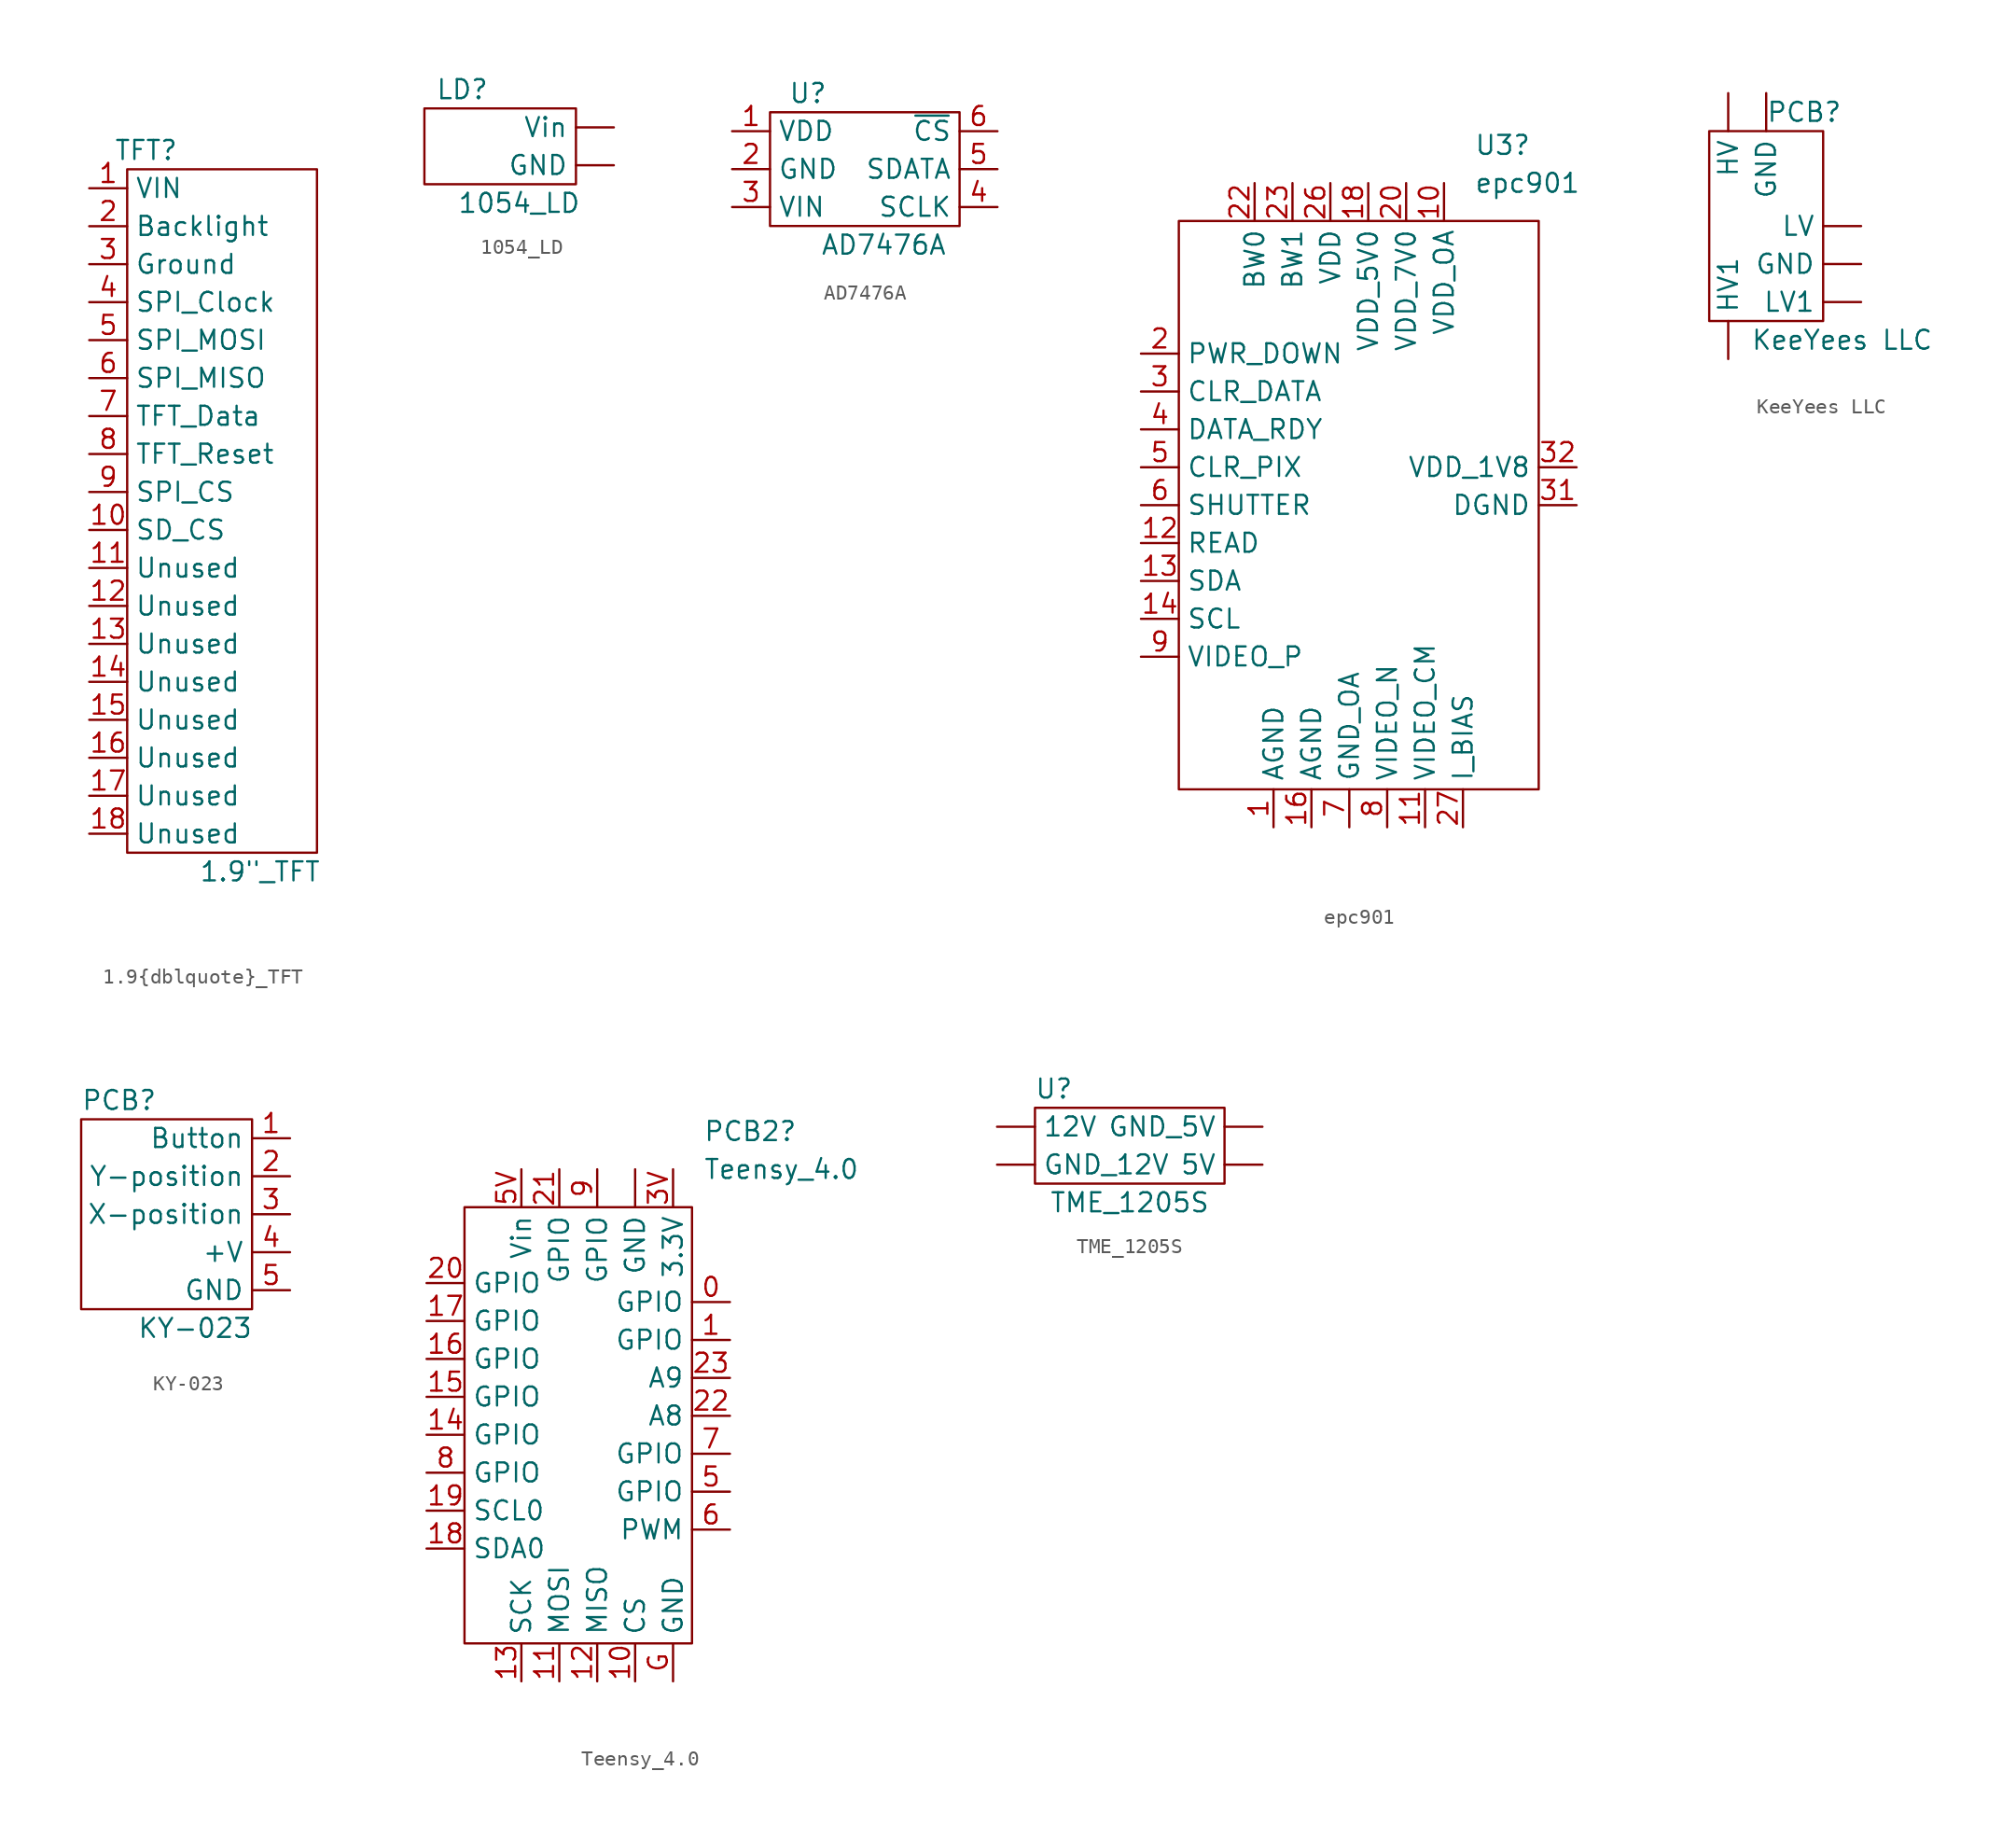
<source format=kicad_sym>
(kicad_symbol_lib
  (version 20211014)
  (generator kicad_symbol_editor)
  (symbol "1.9{dblquote}_TFT"
    (property "Reference" "TFT"
      (at -5.08 22.86 0)
      (effects (font (size 1.27 1.27))))
    (property "Value" "1.9{dblquote}_TFT"
      (at 2.54 -25.4 0)
      (effects (font (size 1.27 1.27))))
    (symbol "1.9{dblquote}_TFT_0_1"
      (rectangle (start -6.35 21.59) (end 6.35 -24.13) (stroke (width 0) (type default) (color 0 0 0 0)) (fill (type none))))
    (symbol "1.9{dblquote}_TFT_1_1"
      (pin input line (at -8.89 20.32 0) (length 2.54) (name "VIN" (effects (font (size 1.27 1.27)))) (number "1" (effects (font (size 1.27 1.27)))))
      (pin input line (at -8.89 -2.54 0) (length 2.54) (name "SD_CS" (effects (font (size 1.27 1.27)))) (number "10" (effects (font (size 1.27 1.27)))))
      (pin input line (at -8.89 -5.08 0) (length 2.54) (name "Unused" (effects (font (size 1.27 1.27)))) (number "11" (effects (font (size 1.27 1.27)))))
      (pin input line (at -8.89 -7.62 0) (length 2.54) (name "Unused" (effects (font (size 1.27 1.27)))) (number "12" (effects (font (size 1.27 1.27)))))
      (pin input line (at -8.89 -10.16 0) (length 2.54) (name "Unused" (effects (font (size 1.27 1.27)))) (number "13" (effects (font (size 1.27 1.27)))))
      (pin input line (at -8.89 -12.7 0) (length 2.54) (name "Unused" (effects (font (size 1.27 1.27)))) (number "14" (effects (font (size 1.27 1.27)))))
      (pin input line (at -8.89 -15.24 0) (length 2.54) (name "Unused" (effects (font (size 1.27 1.27)))) (number "15" (effects (font (size 1.27 1.27)))))
      (pin input line (at -8.89 -17.78 0) (length 2.54) (name "Unused" (effects (font (size 1.27 1.27)))) (number "16" (effects (font (size 1.27 1.27)))))
      (pin input line (at -8.89 -20.32 0) (length 2.54) (name "Unused" (effects (font (size 1.27 1.27)))) (number "17" (effects (font (size 1.27 1.27)))))
      (pin input line (at -8.89 -22.86 0) (length 2.54) (name "Unused" (effects (font (size 1.27 1.27)))) (number "18" (effects (font (size 1.27 1.27)))))
      (pin input line (at -8.89 17.78 0) (length 2.54) (name "Backlight" (effects (font (size 1.27 1.27)))) (number "2" (effects (font (size 1.27 1.27)))))
      (pin input line (at -8.89 15.24 0) (length 2.54) (name "Ground" (effects (font (size 1.27 1.27)))) (number "3" (effects (font (size 1.27 1.27)))))
      (pin input line (at -8.89 12.7 0) (length 2.54) (name "SPI_Clock" (effects (font (size 1.27 1.27)))) (number "4" (effects (font (size 1.27 1.27)))))
      (pin input line (at -8.89 10.16 0) (length 2.54) (name "SPI_MOSI" (effects (font (size 1.27 1.27)))) (number "5" (effects (font (size 1.27 1.27)))))
      (pin input line (at -8.89 7.62 0) (length 2.54) (name "SPI_MISO" (effects (font (size 1.27 1.27)))) (number "6" (effects (font (size 1.27 1.27)))))
      (pin input line (at -8.89 5.08 0) (length 2.54) (name "TFT_Data" (effects (font (size 1.27 1.27)))) (number "7" (effects (font (size 1.27 1.27)))))
      (pin input line (at -8.89 2.54 0) (length 2.54) (name "TFT_Reset" (effects (font (size 1.27 1.27)))) (number "8" (effects (font (size 1.27 1.27)))))
      (pin input line (at -8.89 0 0) (length 2.54) (name "SPI_CS" (effects (font (size 1.27 1.27)))) (number "9" (effects (font (size 1.27 1.27)))))))
  (symbol "1054_LD"
    (property "Reference" "LD"
      (at -2.54 3.81 0)
      (effects (font (size 1.27 1.27))))
    (property "Value" "1054_LD"
      (at 1.27 -3.81 0)
      (effects (font (size 1.27 1.27))))
    (symbol "1054_LD_0_1"
      (rectangle (start -5.08 2.54) (end 5.08 -2.54) (stroke (width 0) (type default) (color 0 0 0 0)) (fill (type none))))
    (symbol "1054_LD_1_1"
      (pin input line (at 7.62 -1.27 180) (length 2.54) (name "GND" (effects (font (size 1.27 1.27)))) (number "" (effects (font (size 1.27 1.27)))))
      (pin input line (at 7.62 1.27 180) (length 2.54) (name "Vin" (effects (font (size 1.27 1.27)))) (number "" (effects (font (size 1.27 1.27)))))))
  (symbol "AD7476A"
    (property "Reference" "U"
      (at -3.81 5.08 0)
      (effects (font (size 1.27 1.27))))
    (property "Value" "AD7476A"
      (at 1.27 -5.08 0)
      (effects (font (size 1.27 1.27))))
    (symbol "AD7476A_0_1"
      (rectangle (start -6.35 3.81) (end 6.35 -3.81) (stroke (width 0) (type default) (color 0 0 0 0)) (fill (type none))))
    (symbol "AD7476A_1_1"
      (pin input line (at -8.89 2.54 0) (length 2.54) (name "VDD" (effects (font (size 1.27 1.27)))) (number "1" (effects (font (size 1.27 1.27)))))
      (pin input line (at -8.89 0 0) (length 2.54) (name "GND" (effects (font (size 1.27 1.27)))) (number "2" (effects (font (size 1.27 1.27)))))
      (pin input line (at -8.89 -2.54 0) (length 2.54) (name "VIN" (effects (font (size 1.27 1.27)))) (number "3" (effects (font (size 1.27 1.27)))))
      (pin input line (at 8.89 -2.54 180) (length 2.54) (name "SCLK" (effects (font (size 1.27 1.27)))) (number "4" (effects (font (size 1.27 1.27)))))
      (pin input line (at 8.89 0 180) (length 2.54) (name "SDATA" (effects (font (size 1.27 1.27)))) (number "5" (effects (font (size 1.27 1.27)))))
      (pin input line (at 8.89 2.54 180) (length 2.54) (name "~{CS}" (effects (font (size 1.27 1.27)))) (number "6" (effects (font (size 1.27 1.27)))))))
  (symbol "epc901"
    (property "Reference" "U3"
      (at 7.099 22.86 0)
      (effects (font (size 1.27 1.27)) (justify left)))
    (property "Value" "epc901"
      (at 7.099 20.32 0)
      (effects (font (size 1.27 1.27)) (justify left)))
    (symbol "epc901_0_1"
      (rectangle (start -12.7 17.78) (end 11.43 -20.32) (stroke (width 0) (type default) (color 0 0 0 0)) (fill (type none))))
    (symbol "epc901_1_1"
      (pin input line (at -6.35 -22.86 90) (length 2.54) (name "AGND" (effects (font (size 1.27 1.27)))) (number "1" (effects (font (size 1.27 1.27)))))
      (pin input line (at 5.08 20.32 270) (length 2.54) (name "VDD_OA" (effects (font (size 1.27 1.27)))) (number "10" (effects (font (size 1.27 1.27)))))
      (pin input line (at 3.81 -22.86 90) (length 2.54) (name "VIDEO_CM" (effects (font (size 1.27 1.27)))) (number "11" (effects (font (size 1.27 1.27)))))
      (pin input line (at -15.24 -3.81 0) (length 2.54) (name "READ" (effects (font (size 1.27 1.27)))) (number "12" (effects (font (size 1.27 1.27)))))
      (pin input line (at -15.24 -6.35 0) (length 2.54) (name "SDA" (effects (font (size 1.27 1.27)))) (number "13" (effects (font (size 1.27 1.27)))))
      (pin input line (at -15.24 -8.89 0) (length 2.54) (name "SCL" (effects (font (size 1.27 1.27)))) (number "14" (effects (font (size 1.27 1.27)))))
      (pin input line (at -3.81 -22.86 90) (length 2.54) (name "AGND" (effects (font (size 1.27 1.27)))) (number "16" (effects (font (size 1.27 1.27)))))
      (pin input line (at 0 20.32 270) (length 2.54) (name "VDD_5V0" (effects (font (size 1.27 1.27)))) (number "18" (effects (font (size 1.27 1.27)))))
      (pin input line (at -15.24 8.89 0) (length 2.54) (name "PWR_DOWN" (effects (font (size 1.27 1.27)))) (number "2" (effects (font (size 1.27 1.27)))))
      (pin input line (at 2.54 20.32 270) (length 2.54) (name "VDD_7V0" (effects (font (size 1.27 1.27)))) (number "20" (effects (font (size 1.27 1.27)))))
      (pin input line (at -7.62 20.32 270) (length 2.54) (name "BW0" (effects (font (size 1.27 1.27)))) (number "22" (effects (font (size 1.27 1.27)))))
      (pin input line (at -5.08 20.32 270) (length 2.54) (name "BW1" (effects (font (size 1.27 1.27)))) (number "23" (effects (font (size 1.27 1.27)))))
      (pin input line (at -2.54 20.32 270) (length 2.54) (name "VDD" (effects (font (size 1.27 1.27)))) (number "26" (effects (font (size 1.27 1.27)))))
      (pin input line (at 6.35 -22.86 90) (length 2.54) (name "I_BIAS" (effects (font (size 1.27 1.27)))) (number "27" (effects (font (size 1.27 1.27)))))
      (pin input line (at -15.24 6.35 0) (length 2.54) (name "CLR_DATA" (effects (font (size 1.27 1.27)))) (number "3" (effects (font (size 1.27 1.27)))))
      (pin input line (at 13.97 -1.27 180) (length 2.54) (name "DGND" (effects (font (size 1.27 1.27)))) (number "31" (effects (font (size 1.27 1.27)))))
      (pin input line (at 13.97 1.27 180) (length 2.54) (name "VDD_1V8" (effects (font (size 1.27 1.27)))) (number "32" (effects (font (size 1.27 1.27)))))
      (pin input line (at -15.24 3.81 0) (length 2.54) (name "DATA_RDY" (effects (font (size 1.27 1.27)))) (number "4" (effects (font (size 1.27 1.27)))))
      (pin input line (at -15.24 1.27 0) (length 2.54) (name "CLR_PIX" (effects (font (size 1.27 1.27)))) (number "5" (effects (font (size 1.27 1.27)))))
      (pin input line (at -15.24 -1.27 0) (length 2.54) (name "SHUTTER" (effects (font (size 1.27 1.27)))) (number "6" (effects (font (size 1.27 1.27)))))
      (pin input line (at -1.27 -22.86 90) (length 2.54) (name "GND_OA" (effects (font (size 1.27 1.27)))) (number "7" (effects (font (size 1.27 1.27)))))
      (pin input line (at 1.27 -22.86 90) (length 2.54) (name "VIDEO_N" (effects (font (size 1.27 1.27)))) (number "8" (effects (font (size 1.27 1.27)))))
      (pin input line (at -15.24 -11.43 0) (length 2.54) (name "VIDEO_P" (effects (font (size 1.27 1.27)))) (number "9" (effects (font (size 1.27 1.27)))))))
  (symbol "KeeYees LLC"
    (property "Reference" "PCB"
      (at 2.54 7.62 0)
      (effects (font (size 1.27 1.27))))
    (property "Value" "KeeYees LLC"
      (at 5.08 -7.62 0)
      (effects (font (size 1.27 1.27))))
    (symbol "KeeYees LLC_0_1"
      (rectangle (start -3.81 6.35) (end 3.81 -6.35) (stroke (width 0) (type default) (color 0 0 0 0)) (fill (type none))))
    (symbol "KeeYees LLC_1_1"
      (pin input line (at 0 8.89 270) (length 2.54) (name "GND" (effects (font (size 1.27 1.27)))) (number "" (effects (font (size 1.27 1.27)))))
      (pin input line (at 6.35 -2.54 180) (length 2.54) (name "GND" (effects (font (size 1.27 1.27)))) (number "" (effects (font (size 1.27 1.27)))))
      (pin input line (at -2.54 8.89 270) (length 2.54) (name "HV" (effects (font (size 1.27 1.27)))) (number "" (effects (font (size 1.27 1.27)))))
      (pin input line (at -2.54 -8.89 90) (length 2.54) (name "HV1" (effects (font (size 1.27 1.27)))) (number "" (effects (font (size 1.27 1.27)))))
      (pin input line (at 6.35 0 180) (length 2.54) (name "LV" (effects (font (size 1.27 1.27)))) (number "" (effects (font (size 1.27 1.27)))))
      (pin input line (at 6.35 -5.08 180) (length 2.54) (name "LV1" (effects (font (size 1.27 1.27)))) (number "" (effects (font (size 1.27 1.27)))))))
  (symbol "KY-023"
    (property "Reference" "PCB"
      (at -3.81 5.08 0)
      (effects (font (size 1.27 1.27))))
    (property "Value" "KY-023"
      (at 1.27 -10.16 0)
      (effects (font (size 1.27 1.27))))
    (symbol "KY-023_0_1"
      (rectangle (start 5.08 3.81) (end -6.35 -8.89) (stroke (width 0) (type default) (color 0 0 0 0)) (fill (type none))))
    (symbol "KY-023_1_1"
      (pin input line (at 7.62 2.54 180) (length 2.54) (name "Button" (effects (font (size 1.27 1.27)))) (number "1" (effects (font (size 1.27 1.27)))))
      (pin input line (at 7.62 0 180) (length 2.54) (name "Y-position" (effects (font (size 1.27 1.27)))) (number "2" (effects (font (size 1.27 1.27)))))
      (pin input line (at 7.62 -2.54 180) (length 2.54) (name "X-position" (effects (font (size 1.27 1.27)))) (number "3" (effects (font (size 1.27 1.27)))))
      (pin input line (at 7.62 -5.08 180) (length 2.54) (name "+V" (effects (font (size 1.27 1.27)))) (number "4" (effects (font (size 1.27 1.27)))))
      (pin input line (at 7.62 -7.62 180) (length 2.54) (name "GND" (effects (font (size 1.27 1.27)))) (number "5" (effects (font (size 1.27 1.27)))))))
  (symbol "Teensy_4.0"
    (property "Reference" "PCB2"
      (at 7.099 16.51 0)
      (effects (font (size 1.27 1.27)) (justify left)))
    (property "Value" "Teensy_4.0"
      (at 7.099 13.97 0)
      (effects (font (size 1.27 1.27)) (justify left)))
    (symbol "Teensy_4.0_0_1"
      (rectangle (start -8.89 11.43) (end 6.35 -17.78) (stroke (width 0) (type default) (color 0 0 0 0)) (fill (type none))))
    (symbol "Teensy_4.0_1_1"
      (pin input line (at 2.54 13.97 270) (length 2.54) (name "GND" (effects (font (size 1.27 1.27)))) (number "" (effects (font (size 1.27 1.27)))))
      (pin input line (at 8.89 5.08 180) (length 2.54) (name "GPIO" (effects (font (size 1.27 1.27)))) (number "0" (effects (font (size 1.27 1.27)))))
      (pin input line (at 8.89 2.54 180) (length 2.54) (name "GPIO" (effects (font (size 1.27 1.27)))) (number "1" (effects (font (size 1.27 1.27)))))
      (pin input line (at 2.54 -20.32 90) (length 2.54) (name "CS" (effects (font (size 1.27 1.27)))) (number "10" (effects (font (size 1.27 1.27)))))
      (pin input line (at -2.54 -20.32 90) (length 2.54) (name "MOSI" (effects (font (size 1.27 1.27)))) (number "11" (effects (font (size 1.27 1.27)))))
      (pin input line (at 0 -20.32 90) (length 2.54) (name "MISO" (effects (font (size 1.27 1.27)))) (number "12" (effects (font (size 1.27 1.27)))))
      (pin input line (at -5.08 -20.32 90) (length 2.54) (name "SCK" (effects (font (size 1.27 1.27)))) (number "13" (effects (font (size 1.27 1.27)))))
      (pin input line (at -11.43 -3.81 0) (length 2.54) (name "GPIO" (effects (font (size 1.27 1.27)))) (number "14" (effects (font (size 1.27 1.27)))))
      (pin input line (at -11.43 -1.27 0) (length 2.54) (name "GPIO" (effects (font (size 1.27 1.27)))) (number "15" (effects (font (size 1.27 1.27)))))
      (pin input line (at -11.43 1.27 0) (length 2.54) (name "GPIO" (effects (font (size 1.27 1.27)))) (number "16" (effects (font (size 1.27 1.27)))))
      (pin input line (at -11.43 3.81 0) (length 2.54) (name "GPIO" (effects (font (size 1.27 1.27)))) (number "17" (effects (font (size 1.27 1.27)))))
      (pin input line (at -11.43 -11.43 0) (length 2.54) (name "SDA0" (effects (font (size 1.27 1.27)))) (number "18" (effects (font (size 1.27 1.27)))))
      (pin input line (at -11.43 -8.89 0) (length 2.54) (name "SCL0" (effects (font (size 1.27 1.27)))) (number "19" (effects (font (size 1.27 1.27)))))
      (pin input line (at -11.43 6.35 0) (length 2.54) (name "GPIO" (effects (font (size 1.27 1.27)))) (number "20" (effects (font (size 1.27 1.27)))))
      (pin input line (at -2.54 13.97 270) (length 2.54) (name "GPIO" (effects (font (size 1.27 1.27)))) (number "21" (effects (font (size 1.27 1.27)))))
      (pin input line (at 8.89 -2.54 180) (length 2.54) (name "A8" (effects (font (size 1.27 1.27)))) (number "22" (effects (font (size 1.27 1.27)))))
      (pin input line (at 8.89 0 180) (length 2.54) (name "A9" (effects (font (size 1.27 1.27)))) (number "23" (effects (font (size 1.27 1.27)))))
      (pin input line (at 5.08 13.97 270) (length 2.54) (name "3.3V" (effects (font (size 1.27 1.27)))) (number "3V" (effects (font (size 1.27 1.27)))))
      (pin input line (at 8.89 -7.62 180) (length 2.54) (name "GPIO" (effects (font (size 1.27 1.27)))) (number "5" (effects (font (size 1.27 1.27)))))
      (pin input line (at -5.08 13.97 270) (length 2.54) (name "Vin" (effects (font (size 1.27 1.27)))) (number "5V" (effects (font (size 1.27 1.27)))))
      (pin input line (at 8.89 -10.16 180) (length 2.54) (name "PWM" (effects (font (size 1.27 1.27)))) (number "6" (effects (font (size 1.27 1.27)))))
      (pin input line (at 8.89 -5.08 180) (length 2.54) (name "GPIO" (effects (font (size 1.27 1.27)))) (number "7" (effects (font (size 1.27 1.27)))))
      (pin input line (at -11.43 -6.35 0) (length 2.54) (name "GPIO" (effects (font (size 1.27 1.27)))) (number "8" (effects (font (size 1.27 1.27)))))
      (pin input line (at 0 13.97 270) (length 2.54) (name "GPIO" (effects (font (size 1.27 1.27)))) (number "9" (effects (font (size 1.27 1.27)))))
      (pin input line (at 5.08 -20.32 90) (length 2.54) (name "GND" (effects (font (size 1.27 1.27)))) (number "G" (effects (font (size 1.27 1.27)))))))
  (symbol "TME_1205S"
    (property "Reference" "U"
      (at -5.08 3.81 0)
      (effects (font (size 1.27 1.27))))
    (property "Value" "TME_1205S"
      (at 0 -3.81 0)
      (effects (font (size 1.27 1.27))))
    (symbol "TME_1205S_0_1"
      (rectangle (start -6.35 2.54) (end 6.35 -2.54) (stroke (width 0) (type default) (color 0 0 0 0)) (fill (type none))))
    (symbol "TME_1205S_1_1"
      (pin input line (at -8.89 1.27 0) (length 2.54) (name "12V" (effects (font (size 1.27 1.27)))) (number "" (effects (font (size 1.27 1.27)))))
      (pin input line (at 8.89 -1.27 180) (length 2.54) (name "5V" (effects (font (size 1.27 1.27)))) (number "" (effects (font (size 1.27 1.27)))))
      (pin input line (at -8.89 -1.27 0) (length 2.54) (name "GND_12V" (effects (font (size 1.27 1.27)))) (number "" (effects (font (size 1.27 1.27)))))
      (pin input line (at 8.89 1.27 180) (length 2.54) (name "GND_5V" (effects (font (size 1.27 1.27)))) (number "" (effects (font (size 1.27 1.27))))))))
</source>
